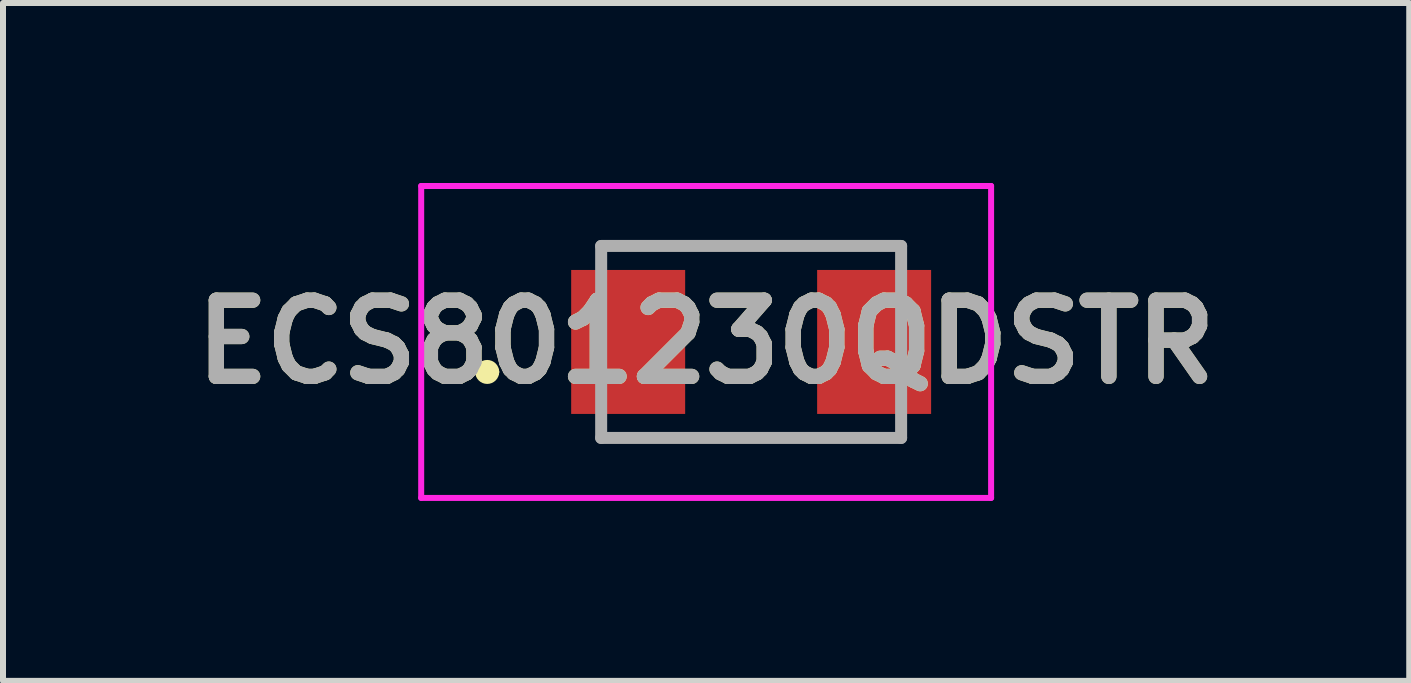
<source format=kicad_pcb>
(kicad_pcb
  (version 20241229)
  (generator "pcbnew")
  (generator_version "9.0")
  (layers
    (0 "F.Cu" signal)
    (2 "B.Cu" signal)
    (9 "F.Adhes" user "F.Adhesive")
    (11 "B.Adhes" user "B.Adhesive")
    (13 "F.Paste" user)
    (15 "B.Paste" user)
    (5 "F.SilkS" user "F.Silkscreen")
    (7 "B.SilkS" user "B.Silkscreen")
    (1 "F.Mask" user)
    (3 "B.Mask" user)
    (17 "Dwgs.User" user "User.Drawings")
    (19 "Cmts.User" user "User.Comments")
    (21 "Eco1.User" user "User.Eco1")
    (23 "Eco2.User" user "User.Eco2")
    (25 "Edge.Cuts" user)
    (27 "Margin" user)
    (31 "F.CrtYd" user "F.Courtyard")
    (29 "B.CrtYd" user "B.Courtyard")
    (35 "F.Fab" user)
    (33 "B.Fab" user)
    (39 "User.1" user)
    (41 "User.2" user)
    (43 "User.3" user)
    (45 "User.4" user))
  (footprint "ECS801230QDSTR"
    (layer "F.Cu")
    (at 9.471 2.65)
    (property "Reference" "ECS801230QDSTR" (at -0.75 0 0) (layer "F.SilkS") (effects (font (size 1.27 1.27) (thickness 0.254))))
    (attr smd)
    (fp_line (start -4.5 0.5) (end -4.5 0.5) (stroke (width 0.2) (type solid)) (layer "F.SilkS"))
    (fp_line (start -4.3 0.5) (end -4.3 0.5) (stroke (width 0.2) (type solid)) (layer "F.SilkS"))
    (fp_line (start -2.5 -1.6) (end 2.5 -1.6) (stroke (width 0.1) (type solid)) (layer "F.SilkS"))
    (fp_line (start -2.5 1.6) (end 2.5 1.6) (stroke (width 0.1) (type solid)) (layer "F.SilkS"))
    (fp_arc (start -4.5 0.5) (mid -4.4 0.4) (end -4.3 0.5) (stroke (width 0.2) (type solid)) (layer "F.SilkS"))
    (fp_arc (start -4.3 0.5) (mid -4.4 0.6) (end -4.5 0.5) (stroke (width 0.2) (type solid)) (layer "F.SilkS"))
    (fp_line (start -5.5 -2.6) (end 4 -2.6) (stroke (width 0.1) (type solid)) (layer "F.CrtYd"))
    (fp_line (start -5.5 2.6) (end -5.5 -2.6) (stroke (width 0.1) (type solid)) (layer "F.CrtYd"))
    (fp_line (start 4 -2.6) (end 4 2.6) (stroke (width 0.1) (type solid)) (layer "F.CrtYd"))
    (fp_line (start 4 2.6) (end -5.5 2.6) (stroke (width 0.1) (type solid)) (layer "F.CrtYd"))
    (fp_line (start -2.5 -1.6) (end 2.5 -1.6) (stroke (width 0.2) (type solid)) (layer "F.Fab"))
    (fp_line (start -2.5 1.6) (end -2.5 -1.6) (stroke (width 0.2) (type solid)) (layer "F.Fab"))
    (fp_line (start 2.5 -1.6) (end 2.5 1.6) (stroke (width 0.2) (type solid)) (layer "F.Fab"))
    (fp_line (start 2.5 1.6) (end -2.5 1.6) (stroke (width 0.2) (type solid)) (layer "F.Fab"))
    (fp_text user "${REFERENCE}" (at -0.75 0 0) (layer "F.Fab") (effects (font (size 1.27 1.27) (thickness 0.254))))
    (pad "1" smd rect (at -2.05 0) (size 1.9 2.4) (layers "F.Cu" "F.Mask" "F.Paste"))
    (pad "2" smd rect (at 2.05 0) (size 1.9 2.4) (layers "F.Cu" "F.Mask" "F.Paste")))
  (gr_rect
    (start -3 -3)
    (end 20.441 8.3)
    (stroke (width 0.1) (type default))
    (fill no)
    (layer "Edge.Cuts")))
</source>
